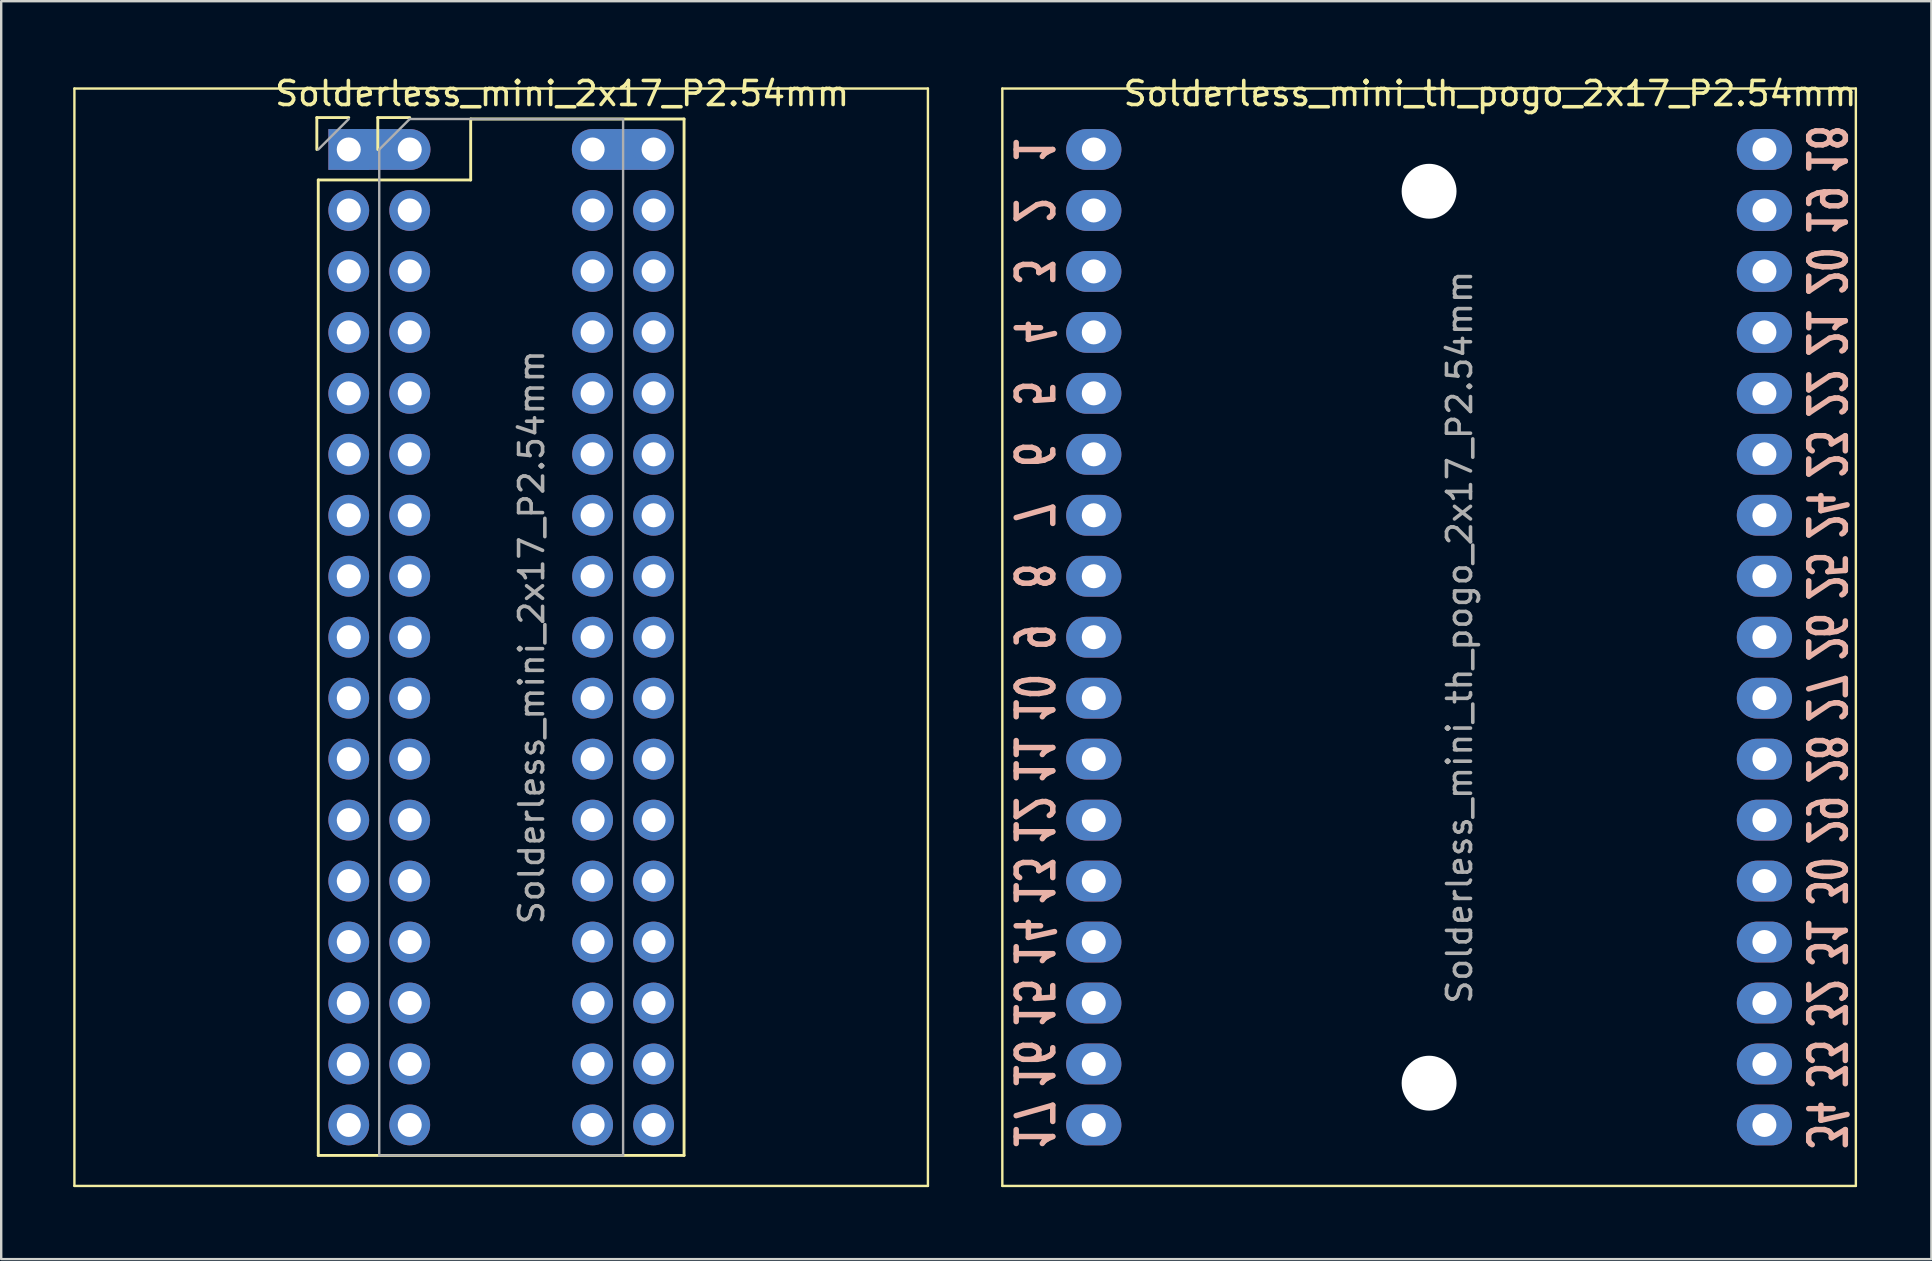
<source format=kicad_pcb>
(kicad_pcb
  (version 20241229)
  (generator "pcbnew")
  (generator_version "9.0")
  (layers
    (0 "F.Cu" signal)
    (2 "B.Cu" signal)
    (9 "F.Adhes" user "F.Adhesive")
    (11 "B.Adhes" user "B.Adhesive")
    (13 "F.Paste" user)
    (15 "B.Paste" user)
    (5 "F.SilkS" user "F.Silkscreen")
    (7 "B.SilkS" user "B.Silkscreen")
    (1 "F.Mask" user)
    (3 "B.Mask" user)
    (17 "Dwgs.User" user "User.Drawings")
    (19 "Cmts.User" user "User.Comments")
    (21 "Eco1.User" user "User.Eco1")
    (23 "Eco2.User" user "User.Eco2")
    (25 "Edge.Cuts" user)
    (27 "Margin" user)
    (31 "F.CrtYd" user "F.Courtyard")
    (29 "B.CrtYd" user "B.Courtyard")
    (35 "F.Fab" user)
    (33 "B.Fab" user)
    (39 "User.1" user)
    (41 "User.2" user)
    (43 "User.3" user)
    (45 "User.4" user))
  (footprint "Solderless_mini_th_pogo_2x17_P2.54mm"
    (layer "F.Cu")
    (at 52.68 3.178)
    (property "Reference" "Solderless_mini_th_pogo_2x17_P2.54mm" (at 6.35 -2.33 0) (layer "F.SilkS") (effects (font (size 1 1) (thickness 0.15))))
    (attr through_hole)
    (fp_line (start -13.97 -2.54) (end -13.97 43.18) (stroke (width 0.1) (type default)) (layer "F.SilkS"))
    (fp_line (start -13.97 43.18) (end 21.59 43.18) (stroke (width 0.1) (type default)) (layer "F.SilkS"))
    (fp_line (start 21.59 -2.54) (end -13.97 -2.54) (stroke (width 0.1) (type default)) (layer "F.SilkS"))
    (fp_line (start 21.59 43.18) (end 21.59 -2.54) (stroke (width 0.1) (type default)) (layer "F.SilkS"))
    (fp_text user "22" (at 20.32 10.16 270) (unlocked yes) (layer "B.SilkS") (effects (font (size 1.524 1.016) (thickness 0.229) (bold yes)) (justify mirror)))
    (fp_text user "11" (at -12.7 25.4 270) (unlocked yes) (layer "B.SilkS") (effects (font (size 1.524 1.016) (thickness 0.229) (bold yes)) (justify mirror)))
    (fp_text user "9" (at -12.7 20.32 270) (unlocked yes) (layer "B.SilkS") (effects (font (size 1.524 1.016) (thickness 0.229) (bold yes)) (justify mirror)))
    (fp_text user "12" (at -12.7 27.94 270) (unlocked yes) (layer "B.SilkS") (effects (font (size 1.524 1.016) (thickness 0.229) (bold yes)) (justify mirror)))
    (fp_text user "5" (at -12.7 10.16 270) (unlocked yes) (layer "B.SilkS") (effects (font (size 1.524 1.016) (thickness 0.229) (bold yes)) (justify mirror)))
    (fp_text user "18" (at 20.32 0 270) (unlocked yes) (layer "B.SilkS") (effects (font (size 1.524 1.016) (thickness 0.229) (bold yes)) (justify mirror)))
    (fp_text user "8" (at -12.7 17.78 270) (unlocked yes) (layer "B.SilkS") (effects (font (size 1.524 1.016) (thickness 0.229) (bold yes)) (justify mirror)))
    (fp_text user "4" (at -12.7 7.62 270) (unlocked yes) (layer "B.SilkS") (effects (font (size 1.524 1.016) (thickness 0.229) (bold yes)) (justify mirror)))
    (fp_text user "33" (at 20.32 38.1 270) (unlocked yes) (layer "B.SilkS") (effects (font (size 1.524 1.016) (thickness 0.229) (bold yes)) (justify mirror)))
    (fp_text user "21" (at 20.32 7.62 270) (unlocked yes) (layer "B.SilkS") (effects (font (size 1.524 1.016) (thickness 0.229) (bold yes)) (justify mirror)))
    (fp_text user "1" (at -12.7 0 270) (unlocked yes) (layer "B.SilkS") (effects (font (size 1.524 1.016) (thickness 0.229) (bold yes)) (justify mirror)))
    (fp_text user "13" (at -12.7 30.48 270) (unlocked yes) (layer "B.SilkS") (effects (font (size 1.524 1.016) (thickness 0.229) (bold yes)) (justify mirror)))
    (fp_text user "31" (at 20.32 33.02 270) (unlocked yes) (layer "B.SilkS") (effects (font (size 1.524 1.016) (thickness 0.229) (bold yes)) (justify mirror)))
    (fp_text user "20" (at 20.32 5.08 270) (unlocked yes) (layer "B.SilkS") (effects (font (size 1.524 1.016) (thickness 0.229) (bold yes)) (justify mirror)))
    (fp_text user "16" (at -12.7 38.1 270) (unlocked yes) (layer "B.SilkS") (effects (font (size 1.524 1.016) (thickness 0.229) (bold yes)) (justify mirror)))
    (fp_text user "7" (at -12.7 15.24 270) (unlocked yes) (layer "B.SilkS") (effects (font (size 1.524 1.016) (thickness 0.229) (bold yes)) (justify mirror)))
    (fp_text user "6" (at -12.7 12.7 270) (unlocked yes) (layer "B.SilkS") (effects (font (size 1.524 1.016) (thickness 0.229) (bold yes)) (justify mirror)))
    (fp_text user "15" (at -12.7 35.56 270) (unlocked yes) (layer "B.SilkS") (effects (font (size 1.524 1.016) (thickness 0.229) (bold yes)) (justify mirror)))
    (fp_text user "23" (at 20.32 12.7 270) (unlocked yes) (layer "B.SilkS") (effects (font (size 1.524 1.016) (thickness 0.229) (bold yes)) (justify mirror)))
    (fp_text user "29" (at 20.32 27.94 270) (unlocked yes) (layer "B.SilkS") (effects (font (size 1.524 1.016) (thickness 0.229) (bold yes)) (justify mirror)))
    (fp_text user "25" (at 20.32 17.78 270) (unlocked yes) (layer "B.SilkS") (effects (font (size 1.524 1.016) (thickness 0.229) (bold yes)) (justify mirror)))
    (fp_text user "17" (at -12.7 40.64 270) (unlocked yes) (layer "B.SilkS") (effects (font (size 1.524 1.016) (thickness 0.229) (bold yes)) (justify mirror)))
    (fp_text user "27" (at 20.32 22.86 270) (unlocked yes) (layer "B.SilkS") (effects (font (size 1.524 1.016) (thickness 0.229) (bold yes)) (justify mirror)))
    (fp_text user "3" (at -12.7 5.08 270) (unlocked yes) (layer "B.SilkS") (effects (font (size 1.524 1.016) (thickness 0.229) (bold yes)) (justify mirror)))
    (fp_text user "28" (at 20.32 25.4 270) (unlocked yes) (layer "B.SilkS") (effects (font (size 1.524 1.016) (thickness 0.229) (bold yes)) (justify mirror)))
    (fp_text user "19" (at 20.32 2.54 270) (unlocked yes) (layer "B.SilkS") (effects (font (size 1.524 1.016) (thickness 0.229) (bold yes)) (justify mirror)))
    (fp_text user "24" (at 20.32 15.24 270) (unlocked yes) (layer "B.SilkS") (effects (font (size 1.524 1.016) (thickness 0.229) (bold yes)) (justify mirror)))
    (fp_text user "32" (at 20.32 35.56 270) (unlocked yes) (layer "B.SilkS") (effects (font (size 1.524 1.016) (thickness 0.229) (bold yes)) (justify mirror)))
    (fp_text user "30" (at 20.32 30.48 270) (unlocked yes) (layer "B.SilkS") (effects (font (size 1.524 1.016) (thickness 0.229) (bold yes)) (justify mirror)))
    (fp_text user "26" (at 20.32 20.32 270) (unlocked yes) (layer "B.SilkS") (effects (font (size 1.524 1.016) (thickness 0.229) (bold yes)) (justify mirror)))
    (fp_text user "10" (at -12.7 22.86 270) (unlocked yes) (layer "B.SilkS") (effects (font (size 1.524 1.016) (thickness 0.229) (bold yes)) (justify mirror)))
    (fp_text user "2" (at -12.7 2.54 270) (unlocked yes) (layer "B.SilkS") (effects (font (size 1.524 1.016) (thickness 0.229) (bold yes)) (justify mirror)))
    (fp_text user "14" (at -12.7 33.02 270) (unlocked yes) (layer "B.SilkS") (effects (font (size 1.524 1.016) (thickness 0.229) (bold yes)) (justify mirror)))
    (fp_text user "34" (at 20.32 40.64 270) (unlocked yes) (layer "B.SilkS") (effects (font (size 1.524 1.016) (thickness 0.229) (bold yes)) (justify mirror)))
    (fp_text user "${REFERENCE}" (at 5.08 20.32 90) (layer "F.Fab") (effects (font (size 1 1) (thickness 0.15))))
    (pad "" np_thru_hole circle (at 3.81 1.74) (size 2.286 2.286) (drill 2.286) (layers "*.Cu" "*.Mask"))
    (pad "" np_thru_hole circle (at 3.81 38.9) (size 2.286 2.286) (drill 2.286) (layers "*.Cu" "*.Mask"))
    (pad "1" thru_hole oval (at -10.16 0) (size 2.3 1.7) (drill 1) (layers "*.Cu" "*.Mask"))
    (pad "2" thru_hole oval (at -10.16 2.54) (size 2.3 1.7) (drill 1) (layers "*.Cu" "*.Mask"))
    (pad "3" thru_hole oval (at -10.16 5.08) (size 2.3 1.7) (drill 1) (layers "*.Cu" "*.Mask"))
    (pad "4" thru_hole oval (at -10.16 7.62) (size 2.3 1.7) (drill 1) (layers "*.Cu" "*.Mask"))
    (pad "5" thru_hole oval (at -10.16 10.16) (size 2.3 1.7) (drill 1) (layers "*.Cu" "*.Mask"))
    (pad "6" thru_hole oval (at -10.16 12.7) (size 2.3 1.7) (drill 1) (layers "*.Cu" "*.Mask"))
    (pad "7" thru_hole oval (at -10.16 15.24) (size 2.3 1.7) (drill 1) (layers "*.Cu" "*.Mask"))
    (pad "8" thru_hole oval (at -10.16 17.78) (size 2.3 1.7) (drill 1) (layers "*.Cu" "*.Mask"))
    (pad "9" thru_hole oval (at -10.16 20.32) (size 2.3 1.7) (drill 1) (layers "*.Cu" "*.Mask"))
    (pad "10" thru_hole oval (at -10.16 22.86) (size 2.3 1.7) (drill 1) (layers "*.Cu" "*.Mask"))
    (pad "11" thru_hole oval (at -10.16 25.4) (size 2.3 1.7) (drill 1) (layers "*.Cu" "*.Mask"))
    (pad "12" thru_hole oval (at -10.16 27.94) (size 2.3 1.7) (drill 1) (layers "*.Cu" "*.Mask"))
    (pad "13" thru_hole oval (at -10.16 30.48) (size 2.3 1.7) (drill 1) (layers "*.Cu" "*.Mask"))
    (pad "14" thru_hole oval (at -10.16 33.02) (size 2.3 1.7) (drill 1) (layers "*.Cu" "*.Mask"))
    (pad "15" thru_hole oval (at -10.16 35.56) (size 2.3 1.7) (drill 1) (layers "*.Cu" "*.Mask"))
    (pad "16" thru_hole oval (at -10.16 38.1) (size 2.3 1.7) (drill 1) (layers "*.Cu" "*.Mask"))
    (pad "17" thru_hole oval (at -10.16 40.64) (size 2.3 1.7) (drill 1) (layers "*.Cu" "*.Mask"))
    (pad "18" thru_hole oval (at 17.78 0) (size 2.3 1.7) (drill 1) (layers "*.Cu" "*.Mask"))
    (pad "19" thru_hole oval (at 17.78 2.54) (size 2.3 1.7) (drill 1) (layers "*.Cu" "*.Mask"))
    (pad "20" thru_hole oval (at 17.78 5.08) (size 2.3 1.7) (drill 1) (layers "*.Cu" "*.Mask"))
    (pad "21" thru_hole oval (at 17.78 7.62) (size 2.3 1.7) (drill 1) (layers "*.Cu" "*.Mask"))
    (pad "22" thru_hole oval (at 17.78 10.16) (size 2.3 1.7) (drill 1) (layers "*.Cu" "*.Mask"))
    (pad "23" thru_hole oval (at 17.78 12.7) (size 2.3 1.7) (drill 1) (layers "*.Cu" "*.Mask"))
    (pad "24" thru_hole oval (at 17.78 15.24) (size 2.3 1.7) (drill 1) (layers "*.Cu" "*.Mask"))
    (pad "25" thru_hole oval (at 17.78 17.78) (size 2.3 1.7) (drill 1) (layers "*.Cu" "*.Mask"))
    (pad "26" thru_hole oval (at 17.78 20.32) (size 2.3 1.7) (drill 1) (layers "*.Cu" "*.Mask"))
    (pad "27" thru_hole oval (at 17.78 22.86) (size 2.3 1.7) (drill 1) (layers "*.Cu" "*.Mask"))
    (pad "28" thru_hole oval (at 17.78 25.4) (size 2.3 1.7) (drill 1) (layers "*.Cu" "*.Mask"))
    (pad "29" thru_hole oval (at 17.78 27.94) (size 2.3 1.7) (drill 1) (layers "*.Cu" "*.Mask"))
    (pad "30" thru_hole oval (at 17.78 30.48) (size 2.3 1.7) (drill 1) (layers "*.Cu" "*.Mask"))
    (pad "31" thru_hole oval (at 17.78 33.02) (size 2.3 1.7) (drill 1) (layers "*.Cu" "*.Mask"))
    (pad "32" thru_hole oval (at 17.78 35.56) (size 2.3 1.7) (drill 1) (layers "*.Cu" "*.Mask"))
    (pad "33" thru_hole oval (at 17.78 38.1) (size 2.3 1.7) (drill 1) (layers "*.Cu" "*.Mask"))
    (pad "34" thru_hole oval (at 17.78 40.64) (size 2.3 1.7) (drill 1) (layers "*.Cu" "*.Mask")))
  (footprint "Solderless_mini_2x17_P2.54mm"
    (layer "F.Cu")
    (at 14.02 3.178)
    (property "Reference" "Solderless_mini_2x17_P2.54mm" (at 6.35 -2.33 0) (layer "F.SilkS") (effects (font (size 1 1) (thickness 0.15))))
    (attr through_hole)
    (fp_line (start -13.97 -2.54) (end -13.97 43.18) (stroke (width 0.1) (type default)) (layer "F.SilkS"))
    (fp_line (start -13.97 43.18) (end 21.59 43.18) (stroke (width 0.1) (type default)) (layer "F.SilkS"))
    (fp_line (start -3.87 -1.33) (end -2.54 -1.33) (stroke (width 0.12) (type solid)) (layer "F.SilkS"))
    (fp_line (start -3.87 0) (end -3.87 -1.33) (stroke (width 0.12) (type solid)) (layer "F.SilkS"))
    (fp_line (start -3.81 1.27) (end -3.81 41.91) (stroke (width 0.12) (type solid)) (layer "F.SilkS"))
    (fp_line (start -3.81 1.27) (end 2.54 1.27) (stroke (width 0.12) (type solid)) (layer "F.SilkS"))
    (fp_line (start -3.81 41.91) (end 11.43 41.91) (stroke (width 0.12) (type solid)) (layer "F.SilkS"))
    (fp_line (start -1.33 -1.33) (end 0 -1.33) (stroke (width 0.12) (type solid)) (layer "F.SilkS"))
    (fp_line (start -1.33 0) (end -1.33 -1.33) (stroke (width 0.12) (type solid)) (layer "F.SilkS"))
    (fp_line (start 2.54 -1.27) (end 11.43 -1.27) (stroke (width 0.12) (type solid)) (layer "F.SilkS"))
    (fp_line (start 2.54 1.27) (end 2.54 -1.27) (stroke (width 0.12) (type solid)) (layer "F.SilkS"))
    (fp_line (start 11.43 -1.27) (end 11.43 41.91) (stroke (width 0.12) (type solid)) (layer "F.SilkS"))
    (fp_line (start 21.59 -2.54) (end -13.97 -2.54) (stroke (width 0.1) (type default)) (layer "F.SilkS"))
    (fp_line (start 21.59 43.18) (end 21.59 -2.54) (stroke (width 0.1) (type default)) (layer "F.SilkS"))
    (fp_line (start -3.81 0) (end -2.54 -1.27) (stroke (width 0.1) (type solid)) (layer "F.Fab"))
    (fp_line (start -1.27 0) (end 0 -1.27) (stroke (width 0.1) (type solid)) (layer "F.Fab"))
    (fp_line (start -1.27 41.91) (end -1.27 0) (stroke (width 0.1) (type solid)) (layer "F.Fab"))
    (fp_line (start 0 -1.27) (end 8.89 -1.27) (stroke (width 0.1) (type solid)) (layer "F.Fab"))
    (fp_line (start 8.89 -1.27) (end 8.89 41.91) (stroke (width 0.1) (type solid)) (layer "F.Fab"))
    (fp_line (start 8.89 41.91) (end -1.27 41.91) (stroke (width 0.1) (type solid)) (layer "F.Fab"))
    (fp_text user "${REFERENCE}" (at 5.08 20.32 90) (layer "F.Fab") (effects (font (size 1 1) (thickness 0.15))))
    (pad "1" thru_hole rect (at -2.54 0) (size 1.7 1.7) (drill 1) (layers "*.Cu" "*.Mask"))
    (pad "1" thru_hole oval (at 0 0) (size 4.064 1.7) (drill 1 (offset -1.168 0)) (layers "*.Cu" "*.Mask"))
    (pad "2" thru_hole oval (at -2.54 2.54) (size 1.7 1.7) (drill 1) (layers "*.Cu" "*.Mask"))
    (pad "2" thru_hole oval (at 0 2.54) (size 1.7 1.7) (drill 1) (layers "*.Cu" "*.Mask"))
    (pad "3" thru_hole oval (at -2.54 5.08) (size 1.7 1.7) (drill 1) (layers "*.Cu" "*.Mask"))
    (pad "3" thru_hole oval (at 0 5.08) (size 1.7 1.7) (drill 1) (layers "*.Cu" "*.Mask"))
    (pad "4" thru_hole oval (at -2.54 7.62) (size 1.7 1.7) (drill 1) (layers "*.Cu" "*.Mask"))
    (pad "4" thru_hole oval (at 0 7.62) (size 1.7 1.7) (drill 1) (layers "*.Cu" "*.Mask"))
    (pad "5" thru_hole oval (at -2.54 10.16) (size 1.7 1.7) (drill 1) (layers "*.Cu" "*.Mask"))
    (pad "5" thru_hole oval (at 0 10.16) (size 1.7 1.7) (drill 1) (layers "*.Cu" "*.Mask"))
    (pad "6" thru_hole oval (at -2.54 12.7) (size 1.7 1.7) (drill 1) (layers "*.Cu" "*.Mask"))
    (pad "6" thru_hole oval (at 0 12.7) (size 1.7 1.7) (drill 1) (layers "*.Cu" "*.Mask"))
    (pad "7" thru_hole oval (at -2.54 15.24) (size 1.7 1.7) (drill 1) (layers "*.Cu" "*.Mask"))
    (pad "7" thru_hole oval (at 0 15.24) (size 1.7 1.7) (drill 1) (layers "*.Cu" "*.Mask"))
    (pad "8" thru_hole oval (at -2.54 17.78) (size 1.7 1.7) (drill 1) (layers "*.Cu" "*.Mask"))
    (pad "8" thru_hole oval (at 0 17.78) (size 1.7 1.7) (drill 1) (layers "*.Cu" "*.Mask"))
    (pad "9" thru_hole oval (at -2.54 20.32) (size 1.7 1.7) (drill 1) (layers "*.Cu" "*.Mask"))
    (pad "9" thru_hole oval (at 0 20.32) (size 1.7 1.7) (drill 1) (layers "*.Cu" "*.Mask"))
    (pad "10" thru_hole oval (at -2.54 22.86) (size 1.7 1.7) (drill 1) (layers "*.Cu" "*.Mask"))
    (pad "10" thru_hole oval (at 0 22.86) (size 1.7 1.7) (drill 1) (layers "*.Cu" "*.Mask"))
    (pad "11" thru_hole oval (at -2.54 25.4) (size 1.7 1.7) (drill 1) (layers "*.Cu" "*.Mask"))
    (pad "11" thru_hole oval (at 0 25.4) (size 1.7 1.7) (drill 1) (layers "*.Cu" "*.Mask"))
    (pad "12" thru_hole oval (at -2.54 27.94) (size 1.7 1.7) (drill 1) (layers "*.Cu" "*.Mask"))
    (pad "12" thru_hole oval (at 0 27.94) (size 1.7 1.7) (drill 1) (layers "*.Cu" "*.Mask"))
    (pad "13" thru_hole oval (at -2.54 30.48) (size 1.7 1.7) (drill 1) (layers "*.Cu" "*.Mask"))
    (pad "13" thru_hole oval (at 0 30.48) (size 1.7 1.7) (drill 1) (layers "*.Cu" "*.Mask"))
    (pad "14" thru_hole oval (at -2.54 33.02) (size 1.7 1.7) (drill 1) (layers "*.Cu" "*.Mask"))
    (pad "14" thru_hole oval (at 0 33.02) (size 1.7 1.7) (drill 1) (layers "*.Cu" "*.Mask"))
    (pad "15" thru_hole oval (at -2.54 35.56) (size 1.7 1.7) (drill 1) (layers "*.Cu" "*.Mask"))
    (pad "15" thru_hole oval (at 0 35.56) (size 1.7 1.7) (drill 1) (layers "*.Cu" "*.Mask"))
    (pad "16" thru_hole oval (at -2.54 38.1) (size 1.7 1.7) (drill 1) (layers "*.Cu" "*.Mask"))
    (pad "16" thru_hole oval (at 0 38.1) (size 1.7 1.7) (drill 1) (layers "*.Cu" "*.Mask"))
    (pad "17" thru_hole oval (at -2.54 40.64) (size 1.7 1.7) (drill 1) (layers "*.Cu" "*.Mask"))
    (pad "17" thru_hole oval (at 0 40.64) (size 1.7 1.7) (drill 1) (layers "*.Cu" "*.Mask"))
    (pad "18" thru_hole oval (at 7.62 0) (size 4.064 1.7) (drill 1 (offset 1.168 0)) (layers "*.Cu" "*.Mask"))
    (pad "18" thru_hole oval (at 10.16 0) (size 1.7 1.7) (drill 1) (layers "*.Cu" "*.Mask"))
    (pad "19" thru_hole oval (at 7.62 2.54) (size 1.7 1.7) (drill 1) (layers "*.Cu" "*.Mask"))
    (pad "19" thru_hole oval (at 10.16 2.54) (size 1.7 1.7) (drill 1) (layers "*.Cu" "*.Mask"))
    (pad "20" thru_hole oval (at 7.62 5.08) (size 1.7 1.7) (drill 1) (layers "*.Cu" "*.Mask"))
    (pad "20" thru_hole oval (at 10.16 5.08) (size 1.7 1.7) (drill 1) (layers "*.Cu" "*.Mask"))
    (pad "21" thru_hole oval (at 7.62 7.62) (size 1.7 1.7) (drill 1) (layers "*.Cu" "*.Mask"))
    (pad "21" thru_hole oval (at 10.16 7.62) (size 1.7 1.7) (drill 1) (layers "*.Cu" "*.Mask"))
    (pad "22" thru_hole oval (at 7.62 10.16) (size 1.7 1.7) (drill 1) (layers "*.Cu" "*.Mask"))
    (pad "22" thru_hole oval (at 10.16 10.16) (size 1.7 1.7) (drill 1) (layers "*.Cu" "*.Mask"))
    (pad "23" thru_hole oval (at 7.62 12.7) (size 1.7 1.7) (drill 1) (layers "*.Cu" "*.Mask"))
    (pad "23" thru_hole oval (at 10.16 12.7) (size 1.7 1.7) (drill 1) (layers "*.Cu" "*.Mask"))
    (pad "24" thru_hole oval (at 7.62 15.24) (size 1.7 1.7) (drill 1) (layers "*.Cu" "*.Mask"))
    (pad "24" thru_hole oval (at 10.16 15.24) (size 1.7 1.7) (drill 1) (layers "*.Cu" "*.Mask"))
    (pad "25" thru_hole oval (at 7.62 17.78) (size 1.7 1.7) (drill 1) (layers "*.Cu" "*.Mask"))
    (pad "25" thru_hole oval (at 10.16 17.78) (size 1.7 1.7) (drill 1) (layers "*.Cu" "*.Mask"))
    (pad "26" thru_hole oval (at 7.62 20.32) (size 1.7 1.7) (drill 1) (layers "*.Cu" "*.Mask"))
    (pad "26" thru_hole oval (at 10.16 20.32) (size 1.7 1.7) (drill 1) (layers "*.Cu" "*.Mask"))
    (pad "27" thru_hole oval (at 7.62 22.86) (size 1.7 1.7) (drill 1) (layers "*.Cu" "*.Mask"))
    (pad "27" thru_hole oval (at 10.16 22.86) (size 1.7 1.7) (drill 1) (layers "*.Cu" "*.Mask"))
    (pad "28" thru_hole oval (at 7.62 25.4) (size 1.7 1.7) (drill 1) (layers "*.Cu" "*.Mask"))
    (pad "28" thru_hole oval (at 10.16 25.4) (size 1.7 1.7) (drill 1) (layers "*.Cu" "*.Mask"))
    (pad "29" thru_hole oval (at 7.62 27.94) (size 1.7 1.7) (drill 1) (layers "*.Cu" "*.Mask"))
    (pad "29" thru_hole oval (at 10.16 27.94) (size 1.7 1.7) (drill 1) (layers "*.Cu" "*.Mask"))
    (pad "30" thru_hole oval (at 7.62 30.48) (size 1.7 1.7) (drill 1) (layers "*.Cu" "*.Mask"))
    (pad "30" thru_hole oval (at 10.16 30.48) (size 1.7 1.7) (drill 1) (layers "*.Cu" "*.Mask"))
    (pad "31" thru_hole oval (at 7.62 33.02) (size 1.7 1.7) (drill 1) (layers "*.Cu" "*.Mask"))
    (pad "31" thru_hole oval (at 10.16 33.02) (size 1.7 1.7) (drill 1) (layers "*.Cu" "*.Mask"))
    (pad "32" thru_hole oval (at 7.62 35.56) (size 1.7 1.7) (drill 1) (layers "*.Cu" "*.Mask"))
    (pad "32" thru_hole oval (at 10.16 35.56) (size 1.7 1.7) (drill 1) (layers "*.Cu" "*.Mask"))
    (pad "33" thru_hole oval (at 7.62 38.1) (size 1.7 1.7) (drill 1) (layers "*.Cu" "*.Mask"))
    (pad "33" thru_hole oval (at 10.16 38.1) (size 1.7 1.7) (drill 1) (layers "*.Cu" "*.Mask"))
    (pad "34" thru_hole oval (at 7.62 40.64) (size 1.7 1.7) (drill 1) (layers "*.Cu" "*.Mask"))
    (pad "34" thru_hole oval (at 10.16 40.64) (size 1.7 1.7) (drill 1) (layers "*.Cu" "*.Mask")))
  (gr_rect
    (start -3 -3)
    (end 77.417 49.408)
    (stroke (width 0.1) (type default))
    (fill no)
    (layer "Edge.Cuts")))
</source>
